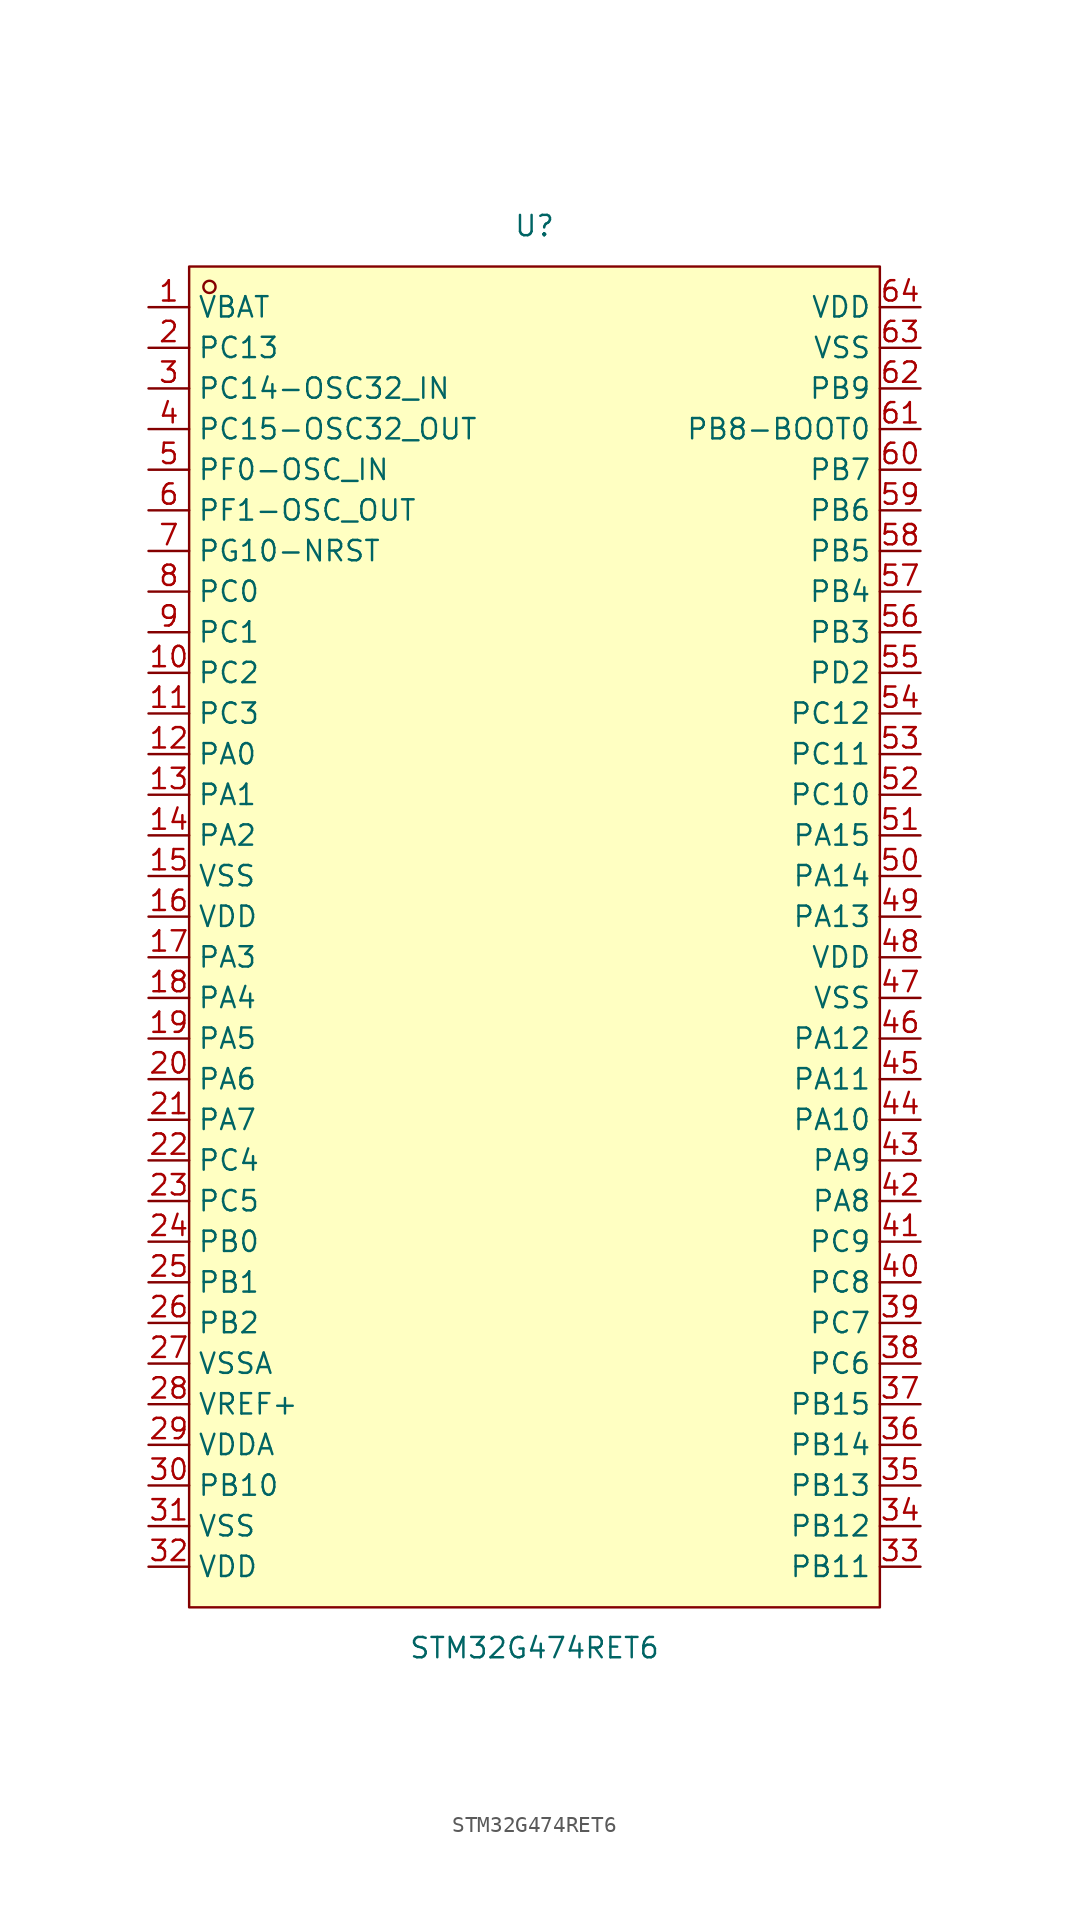
<source format=kicad_sym>
(kicad_symbol_lib
  (version 20211014)
  (generator https://github.com/uPesy/easyeda2kicad.py)
  (symbol "STM32G474RET6"
    (property "Reference" "U"
      (at 0 44.45 0)
      (effects (font (size 1.27 1.27))))
    (property "Value" "STM32G474RET6"
      (at 0 -44.45 0)
      (effects (font (size 1.27 1.27))))
    (symbol "STM32G474RET6_0_1"
      (rectangle (start -21.59 41.91) (end 21.59 -41.91) (stroke (width 0) (type default) (color 0 0 0 0)) (fill (type background)))
      (circle (center -20.32 40.64) (radius 0.38) (stroke (width 0) (type default) (color 0 0 0 0)) (fill (type none)))
      (pin unspecified line (at -24.13 39.37 0) (length 2.54) (name "VBAT" (effects (font (size 1.27 1.27)))) (number "1" (effects (font (size 1.27 1.27)))))
      (pin unspecified line (at -24.13 36.83 0) (length 2.54) (name "PC13" (effects (font (size 1.27 1.27)))) (number "2" (effects (font (size 1.27 1.27)))))
      (pin unspecified line (at -24.13 34.29 0) (length 2.54) (name "PC14-OSC32_IN" (effects (font (size 1.27 1.27)))) (number "3" (effects (font (size 1.27 1.27)))))
      (pin unspecified line (at -24.13 31.75 0) (length 2.54) (name "PC15-OSC32_OUT" (effects (font (size 1.27 1.27)))) (number "4" (effects (font (size 1.27 1.27)))))
      (pin unspecified line (at -24.13 29.21 0) (length 2.54) (name "PF0-OSC_IN" (effects (font (size 1.27 1.27)))) (number "5" (effects (font (size 1.27 1.27)))))
      (pin unspecified line (at -24.13 26.67 0) (length 2.54) (name "PF1-OSC_OUT" (effects (font (size 1.27 1.27)))) (number "6" (effects (font (size 1.27 1.27)))))
      (pin unspecified line (at -24.13 24.13 0) (length 2.54) (name "PG10-NRST" (effects (font (size 1.27 1.27)))) (number "7" (effects (font (size 1.27 1.27)))))
      (pin unspecified line (at -24.13 21.59 0) (length 2.54) (name "PC0" (effects (font (size 1.27 1.27)))) (number "8" (effects (font (size 1.27 1.27)))))
      (pin unspecified line (at -24.13 19.05 0) (length 2.54) (name "PC1" (effects (font (size 1.27 1.27)))) (number "9" (effects (font (size 1.27 1.27)))))
      (pin unspecified line (at -24.13 16.51 0) (length 2.54) (name "PC2" (effects (font (size 1.27 1.27)))) (number "10" (effects (font (size 1.27 1.27)))))
      (pin unspecified line (at -24.13 13.97 0) (length 2.54) (name "PC3" (effects (font (size 1.27 1.27)))) (number "11" (effects (font (size 1.27 1.27)))))
      (pin unspecified line (at -24.13 11.43 0) (length 2.54) (name "PA0" (effects (font (size 1.27 1.27)))) (number "12" (effects (font (size 1.27 1.27)))))
      (pin unspecified line (at -24.13 8.89 0) (length 2.54) (name "PA1" (effects (font (size 1.27 1.27)))) (number "13" (effects (font (size 1.27 1.27)))))
      (pin unspecified line (at -24.13 6.35 0) (length 2.54) (name "PA2" (effects (font (size 1.27 1.27)))) (number "14" (effects (font (size 1.27 1.27)))))
      (pin unspecified line (at -24.13 3.81 0) (length 2.54) (name "VSS" (effects (font (size 1.27 1.27)))) (number "15" (effects (font (size 1.27 1.27)))))
      (pin unspecified line (at -24.13 1.27 0) (length 2.54) (name "VDD" (effects (font (size 1.27 1.27)))) (number "16" (effects (font (size 1.27 1.27)))))
      (pin unspecified line (at -24.13 -1.27 0) (length 2.54) (name "PA3" (effects (font (size 1.27 1.27)))) (number "17" (effects (font (size 1.27 1.27)))))
      (pin unspecified line (at -24.13 -3.81 0) (length 2.54) (name "PA4" (effects (font (size 1.27 1.27)))) (number "18" (effects (font (size 1.27 1.27)))))
      (pin unspecified line (at -24.13 -6.35 0) (length 2.54) (name "PA5" (effects (font (size 1.27 1.27)))) (number "19" (effects (font (size 1.27 1.27)))))
      (pin unspecified line (at -24.13 -8.89 0) (length 2.54) (name "PA6" (effects (font (size 1.27 1.27)))) (number "20" (effects (font (size 1.27 1.27)))))
      (pin unspecified line (at -24.13 -11.43 0) (length 2.54) (name "PA7" (effects (font (size 1.27 1.27)))) (number "21" (effects (font (size 1.27 1.27)))))
      (pin unspecified line (at -24.13 -13.97 0) (length 2.54) (name "PC4" (effects (font (size 1.27 1.27)))) (number "22" (effects (font (size 1.27 1.27)))))
      (pin unspecified line (at -24.13 -16.51 0) (length 2.54) (name "PC5" (effects (font (size 1.27 1.27)))) (number "23" (effects (font (size 1.27 1.27)))))
      (pin unspecified line (at -24.13 -19.05 0) (length 2.54) (name "PB0" (effects (font (size 1.27 1.27)))) (number "24" (effects (font (size 1.27 1.27)))))
      (pin unspecified line (at -24.13 -21.59 0) (length 2.54) (name "PB1" (effects (font (size 1.27 1.27)))) (number "25" (effects (font (size 1.27 1.27)))))
      (pin unspecified line (at -24.13 -24.13 0) (length 2.54) (name "PB2" (effects (font (size 1.27 1.27)))) (number "26" (effects (font (size 1.27 1.27)))))
      (pin unspecified line (at -24.13 -26.67 0) (length 2.54) (name "VSSA" (effects (font (size 1.27 1.27)))) (number "27" (effects (font (size 1.27 1.27)))))
      (pin unspecified line (at -24.13 -29.21 0) (length 2.54) (name "VREF+" (effects (font (size 1.27 1.27)))) (number "28" (effects (font (size 1.27 1.27)))))
      (pin unspecified line (at -24.13 -31.75 0) (length 2.54) (name "VDDA" (effects (font (size 1.27 1.27)))) (number "29" (effects (font (size 1.27 1.27)))))
      (pin unspecified line (at -24.13 -34.29 0) (length 2.54) (name "PB10" (effects (font (size 1.27 1.27)))) (number "30" (effects (font (size 1.27 1.27)))))
      (pin unspecified line (at -24.13 -36.83 0) (length 2.54) (name "VSS" (effects (font (size 1.27 1.27)))) (number "31" (effects (font (size 1.27 1.27)))))
      (pin unspecified line (at -24.13 -39.37 0) (length 2.54) (name "VDD" (effects (font (size 1.27 1.27)))) (number "32" (effects (font (size 1.27 1.27)))))
      (pin unspecified line (at 24.13 -39.37 180) (length 2.54) (name "PB11" (effects (font (size 1.27 1.27)))) (number "33" (effects (font (size 1.27 1.27)))))
      (pin unspecified line (at 24.13 -36.83 180) (length 2.54) (name "PB12" (effects (font (size 1.27 1.27)))) (number "34" (effects (font (size 1.27 1.27)))))
      (pin unspecified line (at 24.13 -34.29 180) (length 2.54) (name "PB13" (effects (font (size 1.27 1.27)))) (number "35" (effects (font (size 1.27 1.27)))))
      (pin unspecified line (at 24.13 -31.75 180) (length 2.54) (name "PB14" (effects (font (size 1.27 1.27)))) (number "36" (effects (font (size 1.27 1.27)))))
      (pin unspecified line (at 24.13 -29.21 180) (length 2.54) (name "PB15" (effects (font (size 1.27 1.27)))) (number "37" (effects (font (size 1.27 1.27)))))
      (pin unspecified line (at 24.13 -26.67 180) (length 2.54) (name "PC6" (effects (font (size 1.27 1.27)))) (number "38" (effects (font (size 1.27 1.27)))))
      (pin unspecified line (at 24.13 -24.13 180) (length 2.54) (name "PC7" (effects (font (size 1.27 1.27)))) (number "39" (effects (font (size 1.27 1.27)))))
      (pin unspecified line (at 24.13 -21.59 180) (length 2.54) (name "PC8" (effects (font (size 1.27 1.27)))) (number "40" (effects (font (size 1.27 1.27)))))
      (pin unspecified line (at 24.13 -19.05 180) (length 2.54) (name "PC9" (effects (font (size 1.27 1.27)))) (number "41" (effects (font (size 1.27 1.27)))))
      (pin unspecified line (at 24.13 -16.51 180) (length 2.54) (name "PA8" (effects (font (size 1.27 1.27)))) (number "42" (effects (font (size 1.27 1.27)))))
      (pin unspecified line (at 24.13 -13.97 180) (length 2.54) (name "PA9" (effects (font (size 1.27 1.27)))) (number "43" (effects (font (size 1.27 1.27)))))
      (pin unspecified line (at 24.13 -11.43 180) (length 2.54) (name "PA10" (effects (font (size 1.27 1.27)))) (number "44" (effects (font (size 1.27 1.27)))))
      (pin unspecified line (at 24.13 -8.89 180) (length 2.54) (name "PA11" (effects (font (size 1.27 1.27)))) (number "45" (effects (font (size 1.27 1.27)))))
      (pin unspecified line (at 24.13 -6.35 180) (length 2.54) (name "PA12" (effects (font (size 1.27 1.27)))) (number "46" (effects (font (size 1.27 1.27)))))
      (pin unspecified line (at 24.13 -3.81 180) (length 2.54) (name "VSS" (effects (font (size 1.27 1.27)))) (number "47" (effects (font (size 1.27 1.27)))))
      (pin unspecified line (at 24.13 -1.27 180) (length 2.54) (name "VDD" (effects (font (size 1.27 1.27)))) (number "48" (effects (font (size 1.27 1.27)))))
      (pin unspecified line (at 24.13 1.27 180) (length 2.54) (name "PA13" (effects (font (size 1.27 1.27)))) (number "49" (effects (font (size 1.27 1.27)))))
      (pin unspecified line (at 24.13 3.81 180) (length 2.54) (name "PA14" (effects (font (size 1.27 1.27)))) (number "50" (effects (font (size 1.27 1.27)))))
      (pin unspecified line (at 24.13 6.35 180) (length 2.54) (name "PA15" (effects (font (size 1.27 1.27)))) (number "51" (effects (font (size 1.27 1.27)))))
      (pin unspecified line (at 24.13 8.89 180) (length 2.54) (name "PC10" (effects (font (size 1.27 1.27)))) (number "52" (effects (font (size 1.27 1.27)))))
      (pin unspecified line (at 24.13 11.43 180) (length 2.54) (name "PC11" (effects (font (size 1.27 1.27)))) (number "53" (effects (font (size 1.27 1.27)))))
      (pin unspecified line (at 24.13 13.97 180) (length 2.54) (name "PC12" (effects (font (size 1.27 1.27)))) (number "54" (effects (font (size 1.27 1.27)))))
      (pin unspecified line (at 24.13 16.51 180) (length 2.54) (name "PD2" (effects (font (size 1.27 1.27)))) (number "55" (effects (font (size 1.27 1.27)))))
      (pin unspecified line (at 24.13 19.05 180) (length 2.54) (name "PB3" (effects (font (size 1.27 1.27)))) (number "56" (effects (font (size 1.27 1.27)))))
      (pin unspecified line (at 24.13 21.59 180) (length 2.54) (name "PB4" (effects (font (size 1.27 1.27)))) (number "57" (effects (font (size 1.27 1.27)))))
      (pin unspecified line (at 24.13 24.13 180) (length 2.54) (name "PB5" (effects (font (size 1.27 1.27)))) (number "58" (effects (font (size 1.27 1.27)))))
      (pin unspecified line (at 24.13 26.67 180) (length 2.54) (name "PB6" (effects (font (size 1.27 1.27)))) (number "59" (effects (font (size 1.27 1.27)))))
      (pin unspecified line (at 24.13 29.21 180) (length 2.54) (name "PB7" (effects (font (size 1.27 1.27)))) (number "60" (effects (font (size 1.27 1.27)))))
      (pin unspecified line (at 24.13 31.75 180) (length 2.54) (name "PB8-BOOT0" (effects (font (size 1.27 1.27)))) (number "61" (effects (font (size 1.27 1.27)))))
      (pin unspecified line (at 24.13 34.29 180) (length 2.54) (name "PB9" (effects (font (size 1.27 1.27)))) (number "62" (effects (font (size 1.27 1.27)))))
      (pin unspecified line (at 24.13 36.83 180) (length 2.54) (name "VSS" (effects (font (size 1.27 1.27)))) (number "63" (effects (font (size 1.27 1.27)))))
      (pin unspecified line (at 24.13 39.37 180) (length 2.54) (name "VDD" (effects (font (size 1.27 1.27)))) (number "64" (effects (font (size 1.27 1.27))))))))
</source>
